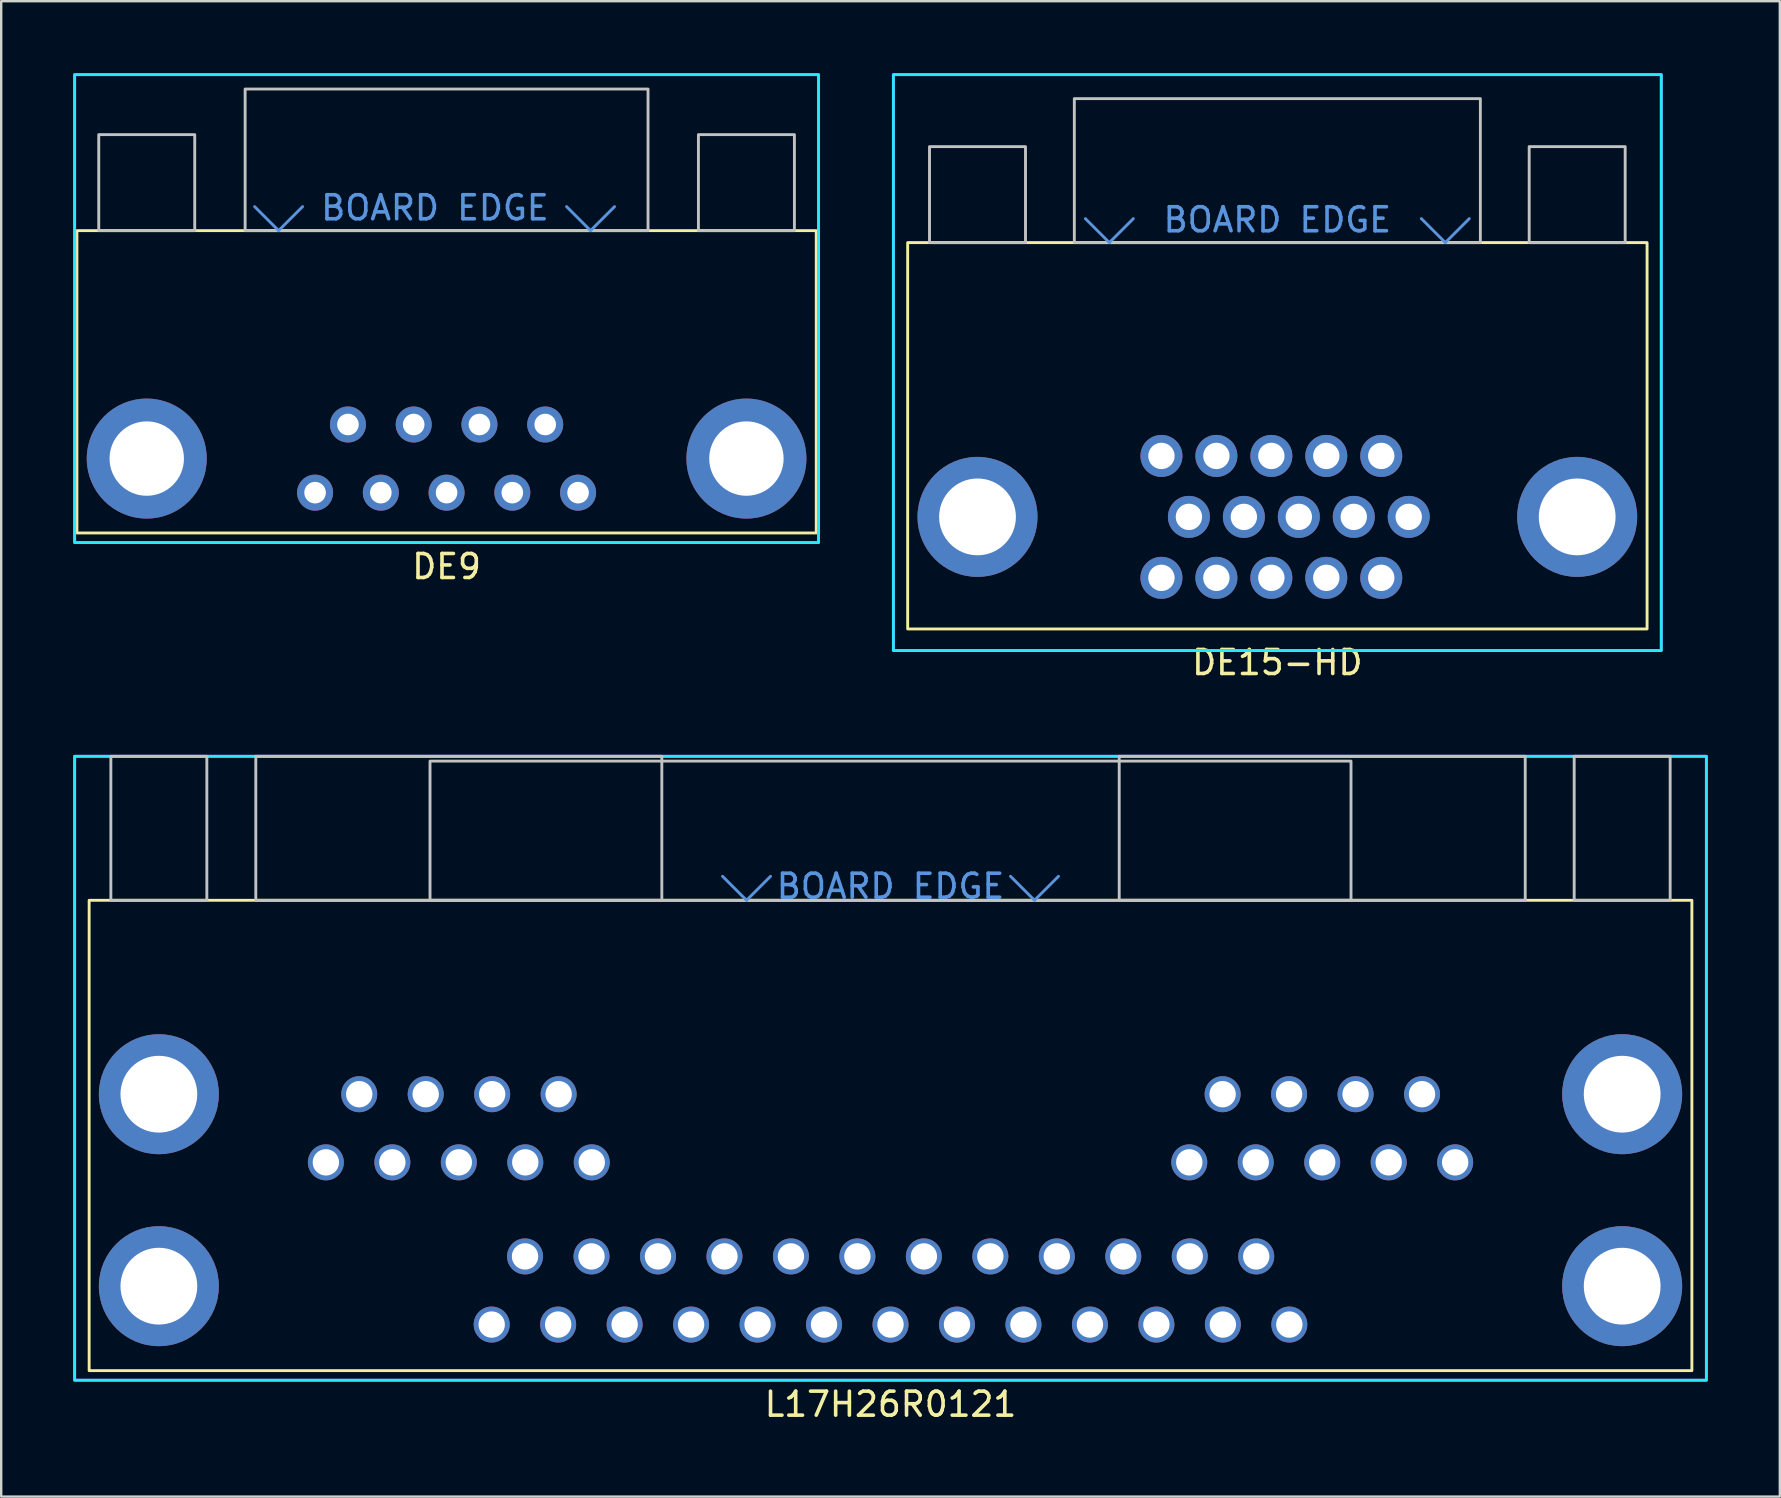
<source format=kicad_pcb>
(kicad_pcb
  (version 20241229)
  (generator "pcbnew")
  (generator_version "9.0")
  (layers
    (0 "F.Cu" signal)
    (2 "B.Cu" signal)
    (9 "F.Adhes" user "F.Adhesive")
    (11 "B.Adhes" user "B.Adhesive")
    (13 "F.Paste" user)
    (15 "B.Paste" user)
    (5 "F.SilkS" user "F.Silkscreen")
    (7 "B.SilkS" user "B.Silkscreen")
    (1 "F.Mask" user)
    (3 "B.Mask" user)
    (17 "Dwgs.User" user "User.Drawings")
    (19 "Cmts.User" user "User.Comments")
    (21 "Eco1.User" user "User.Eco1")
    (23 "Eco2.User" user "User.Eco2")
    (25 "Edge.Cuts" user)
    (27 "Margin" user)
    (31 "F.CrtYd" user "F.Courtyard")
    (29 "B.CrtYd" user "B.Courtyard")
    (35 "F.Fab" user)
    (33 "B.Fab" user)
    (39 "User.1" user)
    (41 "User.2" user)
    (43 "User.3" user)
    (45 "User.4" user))
  (footprint "DE9"
    (layer "F.Cu")
    (at 15.56 6.56)
    (property "Reference" "DE9" (at 0 14 0) (unlocked yes) (layer "F.SilkS") (effects (font (size 1 1) (thickness 0.15))))
    (attr through_hole)
    (fp_rect (start 15.405 12.6) (end -15.405 0) (stroke (width 0.12) (type default)) (fill no) (layer "F.SilkS"))
    (fp_rect (start -10.495 -4) (end -14.495 0) (stroke (width 0.12) (type default)) (fill no) (layer "Dwgs.User"))
    (fp_rect (start -8.395 -5.9) (end 8.395 0) (stroke (width 0.12) (type default)) (fill no) (layer "Dwgs.User"))
    (fp_rect (start 10.495 -4) (end 14.495 0) (stroke (width 0.12) (type default)) (fill no) (layer "Dwgs.User"))
    (fp_line (start -7 0) (end -8 -1) (stroke (width 0.12) (type default)) (layer "Cmts.User"))
    (fp_line (start -6 -1) (end -7 0) (stroke (width 0.12) (type default)) (layer "Cmts.User"))
    (fp_line (start 5 -1) (end 6 0) (stroke (width 0.12) (type default)) (layer "Cmts.User"))
    (fp_line (start 6 0) (end 7 -1) (stroke (width 0.12) (type default)) (layer "Cmts.User"))
    (fp_rect (start -15.5 -6.5) (end 15.5 13) (stroke (width 0.12) (type default)) (fill no) (layer "B.CrtYd"))
    (fp_rect (start -15.5 13) (end 15.5 -6.5) (stroke (width 0.12) (type default)) (fill no) (layer "F.CrtYd"))
    (fp_text user "BOARD EDGE" (at -0.485 -0.365 0) (unlocked yes) (layer "Cmts.User") (effects (font (size 1 1) (thickness 0.15)) (justify bottom)))
    (pad "0" thru_hole circle (at -12.495 9.5 180) (size 5 5) (drill 3.1) (layers "*.Cu" "*.Mask"))
    (pad "0" thru_hole circle (at 12.495 9.5 180) (size 5 5) (drill 3.1) (layers "*.Cu" "*.Mask"))
    (pad "1" thru_hole circle (at 5.48 10.92 180) (size 1.5 1.5) (drill 0.9) (layers "*.Cu" "*.Mask"))
    (pad "2" thru_hole circle (at 2.74 10.92 180) (size 1.5 1.5) (drill 0.9) (layers "*.Cu" "*.Mask"))
    (pad "3" thru_hole circle (at 0 10.92 180) (size 1.5 1.5) (drill 0.9) (layers "*.Cu" "*.Mask"))
    (pad "4" thru_hole circle (at -2.74 10.92 180) (size 1.5 1.5) (drill 0.9) (layers "*.Cu" "*.Mask"))
    (pad "5" thru_hole circle (at -5.48 10.92 180) (size 1.5 1.5) (drill 0.9) (layers "*.Cu" "*.Mask"))
    (pad "6" thru_hole circle (at 4.11 8.08 180) (size 1.5 1.5) (drill 0.9) (layers "*.Cu" "*.Mask"))
    (pad "7" thru_hole circle (at 1.37 8.08 180) (size 1.5 1.5) (drill 0.9) (layers "*.Cu" "*.Mask"))
    (pad "8" thru_hole circle (at -1.37 8.08 180) (size 1.5 1.5) (drill 0.9) (layers "*.Cu" "*.Mask"))
    (pad "9" thru_hole circle (at -4.11 8.08 180) (size 1.5 1.5) (drill 0.9) (layers "*.Cu" "*.Mask")))
  (footprint "DE15-HD"
    (layer "F.Cu")
    (at 50.18 7.06)
    (property "Reference" "DE15-HD" (at 0 17.5 0) (unlocked yes) (layer "F.SilkS") (effects (font (size 1 1) (thickness 0.15))))
    (attr through_hole)
    (fp_rect (start 15.408 16.1) (end -15.405 0) (stroke (width 0.12) (type default)) (fill no) (layer "F.SilkS"))
    (fp_rect (start -10.495 0) (end -14.495 -4) (stroke (width 0.12) (type default)) (fill no) (layer "Dwgs.User"))
    (fp_rect (start 8.46 0) (end -8.46 -6) (stroke (width 0.12) (type default)) (fill no) (layer "Dwgs.User"))
    (fp_rect (start 14.495 0) (end 10.495 -4) (stroke (width 0.12) (type default)) (fill no) (layer "Dwgs.User"))
    (fp_line (start -7 0) (end -8 -1) (stroke (width 0.12) (type default)) (layer "Cmts.User"))
    (fp_line (start -6 -1) (end -7 0) (stroke (width 0.12) (type default)) (layer "Cmts.User"))
    (fp_line (start 6 -1) (end 7 0) (stroke (width 0.12) (type default)) (layer "Cmts.User"))
    (fp_line (start 7 0) (end 8 -1) (stroke (width 0.12) (type default)) (layer "Cmts.User"))
    (fp_rect (start 16 17) (end -16 -7) (stroke (width 0.12) (type default)) (fill no) (layer "B.CrtYd"))
    (fp_rect (start 16 17) (end -16 -7) (stroke (width 0.12) (type default)) (fill no) (layer "F.CrtYd"))
    (fp_text user "BOARD EDGE" (at 0 -0.365 0) (unlocked yes) (layer "Cmts.User") (effects (font (size 1 1) (thickness 0.15)) (justify bottom)))
    (pad "0" thru_hole circle (at -12.495 11.43) (size 5 5) (drill 3.2) (layers "*.Cu" "*.Mask"))
    (pad "0" thru_hole circle (at 12.495 11.43) (size 5 5) (drill 3.2) (layers "*.Cu" "*.Mask"))
    (pad "1" thru_hole circle (at 4.33 13.97) (size 1.75 1.75) (drill 1.1) (layers "*.Cu" "*.Mask"))
    (pad "2" thru_hole circle (at 2.04 13.97) (size 1.75 1.75) (drill 1.1) (layers "*.Cu" "*.Mask"))
    (pad "3" thru_hole circle (at -0.25 13.97) (size 1.75 1.75) (drill 1.1) (layers "*.Cu" "*.Mask"))
    (pad "4" thru_hole circle (at -2.54 13.97) (size 1.75 1.75) (drill 1.1) (layers "*.Cu" "*.Mask"))
    (pad "5" thru_hole circle (at -4.83 13.97) (size 1.75 1.75) (drill 1.1) (layers "*.Cu" "*.Mask"))
    (pad "6" thru_hole circle (at 5.475 11.43) (size 1.75 1.75) (drill 1.1) (layers "*.Cu" "*.Mask"))
    (pad "7" thru_hole circle (at 3.185 11.43) (size 1.75 1.75) (drill 1.1) (layers "*.Cu" "*.Mask"))
    (pad "8" thru_hole circle (at 0.895 11.43) (size 1.75 1.75) (drill 1.1) (layers "*.Cu" "*.Mask"))
    (pad "9" thru_hole circle (at -1.395 11.43) (size 1.75 1.75) (drill 1.1) (layers "*.Cu" "*.Mask"))
    (pad "10" thru_hole circle (at -3.685 11.43) (size 1.75 1.75) (drill 1.1) (layers "*.Cu" "*.Mask"))
    (pad "11" thru_hole circle (at 4.33 8.89) (size 1.75 1.75) (drill 1.1) (layers "*.Cu" "*.Mask"))
    (pad "12" thru_hole circle (at 2.04 8.89) (size 1.75 1.75) (drill 1.1) (layers "*.Cu" "*.Mask"))
    (pad "13" thru_hole circle (at -0.25 8.89) (size 1.75 1.75) (drill 1.1) (layers "*.Cu" "*.Mask"))
    (pad "14" thru_hole circle (at -2.54 8.89) (size 1.75 1.75) (drill 1.1) (layers "*.Cu" "*.Mask"))
    (pad "15" thru_hole circle (at -4.83 8.89) (size 1.75 1.75) (drill 1.1) (layers "*.Cu" "*.Mask")))
  (footprint "L17H26R0121"
    (layer "F.Cu")
    (at 34.06 34.468)
    (property "Reference" "L17H26R0121" (at 0 21 0) (unlocked yes) (layer "F.SilkS") (effects (font (size 1 1) (thickness 0.15))))
    (attr through_hole)
    (fp_rect (start 33.395 19.6) (end -33.395 0) (stroke (width 0.12) (type default)) (fill no) (layer "F.SilkS"))
    (fp_rect (start -28.49 0) (end -32.49 -6) (stroke (width 0.12) (type default)) (fill no) (layer "Dwgs.User"))
    (fp_rect (start -9.53 0) (end -26.45 -6) (stroke (width 0.12) (type default)) (fill no) (layer "Dwgs.User"))
    (fp_rect (start 19.19 0) (end -19.19 -5.8) (stroke (width 0.12) (type default)) (fill no) (layer "Dwgs.User"))
    (fp_rect (start 26.45 0) (end 9.53 -6) (stroke (width 0.12) (type default)) (fill no) (layer "Dwgs.User"))
    (fp_rect (start 32.49 0) (end 28.49 -6) (stroke (width 0.12) (type default)) (fill no) (layer "Dwgs.User"))
    (fp_line (start -6 0) (end -7 -1) (stroke (width 0.12) (type default)) (layer "Cmts.User"))
    (fp_line (start -5 -1) (end -6 0) (stroke (width 0.12) (type default)) (layer "Cmts.User"))
    (fp_line (start 5 -1) (end 6 0) (stroke (width 0.12) (type default)) (layer "Cmts.User"))
    (fp_line (start 6 0) (end 7 -1) (stroke (width 0.12) (type default)) (layer "Cmts.User"))
    (fp_rect (start 34 20) (end -34 -6) (stroke (width 0.12) (type default)) (fill no) (layer "B.CrtYd"))
    (fp_rect (start 34 20) (end -34 -6) (stroke (width 0.12) (type default)) (fill no) (layer "F.CrtYd"))
    (fp_text user "BOARD EDGE" (at 0 0 0) (unlocked yes) (layer "Cmts.User") (effects (font (size 1 1) (thickness 0.15)) (justify bottom)))
    (pad "0" thru_hole circle (at -30.49 8.08 180) (size 5 5) (drill 3.2) (layers "*.Cu" "*.Mask"))
    (pad "0" thru_hole circle (at -30.49 16.08 180) (size 5 5) (drill 3.2) (layers "*.Cu" "*.Mask"))
    (pad "0" thru_hole circle (at 30.49 8.08 180) (size 5 5) (drill 3.2) (layers "*.Cu" "*.Mask"))
    (pad "0" thru_hole circle (at 30.49 16.08 180) (size 5 5) (drill 3.2) (layers "*.Cu" "*.Mask"))
    (pad "A1" thru_hole circle (at 12.45 10.92 180) (size 1.5 1.5) (drill 1.1) (layers "*.Cu" "*.Mask"))
    (pad "A2" thru_hole circle (at 15.22 10.92 180) (size 1.5 1.5) (drill 1.1) (layers "*.Cu" "*.Mask"))
    (pad "A3" thru_hole circle (at 17.99 10.92 180) (size 1.5 1.5) (drill 1.1) (layers "*.Cu" "*.Mask"))
    (pad "A4" thru_hole circle (at 20.76 10.92 180) (size 1.5 1.5) (drill 1.1) (layers "*.Cu" "*.Mask"))
    (pad "A5" thru_hole circle (at 23.53 10.92 180) (size 1.5 1.5) (drill 1.1) (layers "*.Cu" "*.Mask"))
    (pad "A6" thru_hole circle (at 13.84 8.08 180) (size 1.5 1.5) (drill 1.1) (layers "*.Cu" "*.Mask"))
    (pad "A7" thru_hole circle (at 16.61 8.08 180) (size 1.5 1.5) (drill 1.1) (layers "*.Cu" "*.Mask"))
    (pad "A8" thru_hole circle (at 19.38 8.08 180) (size 1.5 1.5) (drill 1.1) (layers "*.Cu" "*.Mask"))
    (pad "A9" thru_hole circle (at 22.15 8.08 180) (size 1.5 1.5) (drill 1.1) (layers "*.Cu" "*.Mask"))
    (pad "B1" thru_hole circle (at -23.53 10.92 180) (size 1.5 1.5) (drill 1.1) (layers "*.Cu" "*.Mask"))
    (pad "B2" thru_hole circle (at -20.76 10.92 180) (size 1.5 1.5) (drill 1.1) (layers "*.Cu" "*.Mask"))
    (pad "B3" thru_hole circle (at -17.99 10.92 180) (size 1.5 1.5) (drill 1.1) (layers "*.Cu" "*.Mask"))
    (pad "B4" thru_hole circle (at -15.22 10.92 180) (size 1.5 1.5) (drill 1.1) (layers "*.Cu" "*.Mask"))
    (pad "B5" thru_hole circle (at -12.45 10.92 180) (size 1.5 1.5) (drill 1.1) (layers "*.Cu" "*.Mask"))
    (pad "B6" thru_hole circle (at -22.14 8.08 180) (size 1.5 1.5) (drill 1.1) (layers "*.Cu" "*.Mask"))
    (pad "B7" thru_hole circle (at -19.37 8.08 180) (size 1.5 1.5) (drill 1.1) (layers "*.Cu" "*.Mask"))
    (pad "B8" thru_hole circle (at -16.6 8.08 180) (size 1.5 1.5) (drill 1.1) (layers "*.Cu" "*.Mask"))
    (pad "B9" thru_hole circle (at -13.83 8.08 180) (size 1.5 1.5) (drill 1.1) (layers "*.Cu" "*.Mask"))
    (pad "C1" thru_hole circle (at -16.62 17.68 180) (size 1.5 1.5) (drill 1.1) (layers "*.Cu" "*.Mask"))
    (pad "C2" thru_hole circle (at -13.85 17.68 180) (size 1.5 1.5) (drill 1.1) (layers "*.Cu" "*.Mask"))
    (pad "C3" thru_hole circle (at -11.08 17.68 180) (size 1.5 1.5) (drill 1.1) (layers "*.Cu" "*.Mask"))
    (pad "C4" thru_hole circle (at -8.31 17.68 180) (size 1.5 1.5) (drill 1.1) (layers "*.Cu" "*.Mask"))
    (pad "C5" thru_hole circle (at -5.54 17.68 180) (size 1.5 1.5) (drill 1.1) (layers "*.Cu" "*.Mask"))
    (pad "C6" thru_hole circle (at -2.77 17.68 180) (size 1.5 1.5) (drill 1.1) (layers "*.Cu" "*.Mask"))
    (pad "C7" thru_hole circle (at 0 17.68 180) (size 1.5 1.5) (drill 1.1) (layers "*.Cu" "*.Mask"))
    (pad "C8" thru_hole circle (at 2.77 17.68 180) (size 1.5 1.5) (drill 1.1) (layers "*.Cu" "*.Mask"))
    (pad "C9" thru_hole circle (at 5.54 17.68 180) (size 1.5 1.5) (drill 1.1) (layers "*.Cu" "*.Mask"))
    (pad "C10" thru_hole circle (at 8.31 17.68 180) (size 1.5 1.5) (drill 1.1) (layers "*.Cu" "*.Mask"))
    (pad "C11" thru_hole circle (at 11.08 17.68 180) (size 1.5 1.5) (drill 1.1) (layers "*.Cu" "*.Mask"))
    (pad "C12" thru_hole circle (at 13.85 17.68 180) (size 1.5 1.5) (drill 1.1) (layers "*.Cu" "*.Mask"))
    (pad "C13" thru_hole circle (at 16.62 17.68 180) (size 1.5 1.5) (drill 1.1) (layers "*.Cu" "*.Mask"))
    (pad "C14" thru_hole circle (at -15.23 14.84 180) (size 1.5 1.5) (drill 1.1) (layers "*.Cu" "*.Mask"))
    (pad "C15" thru_hole circle (at -12.46 14.84 180) (size 1.5 1.5) (drill 1.1) (layers "*.Cu" "*.Mask"))
    (pad "C16" thru_hole circle (at -9.69 14.84 180) (size 1.5 1.5) (drill 1.1) (layers "*.Cu" "*.Mask"))
    (pad "C17" thru_hole circle (at -6.92 14.84 180) (size 1.5 1.5) (drill 1.1) (layers "*.Cu" "*.Mask"))
    (pad "C18" thru_hole circle (at -4.15 14.84 180) (size 1.5 1.5) (drill 1.1) (layers "*.Cu" "*.Mask"))
    (pad "C19" thru_hole circle (at -1.38 14.84 180) (size 1.5 1.5) (drill 1.1) (layers "*.Cu" "*.Mask"))
    (pad "C20" thru_hole circle (at 1.39 14.84 180) (size 1.5 1.5) (drill 1.1) (layers "*.Cu" "*.Mask"))
    (pad "C21" thru_hole circle (at 4.16 14.84 180) (size 1.5 1.5) (drill 1.1) (layers "*.Cu" "*.Mask"))
    (pad "C22" thru_hole circle (at 6.93 14.84 180) (size 1.5 1.5) (drill 1.1) (layers "*.Cu" "*.Mask"))
    (pad "C23" thru_hole circle (at 9.7 14.84 180) (size 1.5 1.5) (drill 1.1) (layers "*.Cu" "*.Mask"))
    (pad "C24" thru_hole circle (at 12.47 14.84 180) (size 1.5 1.5) (drill 1.1) (layers "*.Cu" "*.Mask"))
    (pad "C25" thru_hole circle (at 15.24 14.84 180) (size 1.5 1.5) (drill 1.1) (layers "*.Cu" "*.Mask")))
  (gr_rect
    (start -3 -3)
    (end 71.12 59.316)
    (stroke (width 0.1) (type default))
    (fill no)
    (layer "Edge.Cuts")))
</source>
